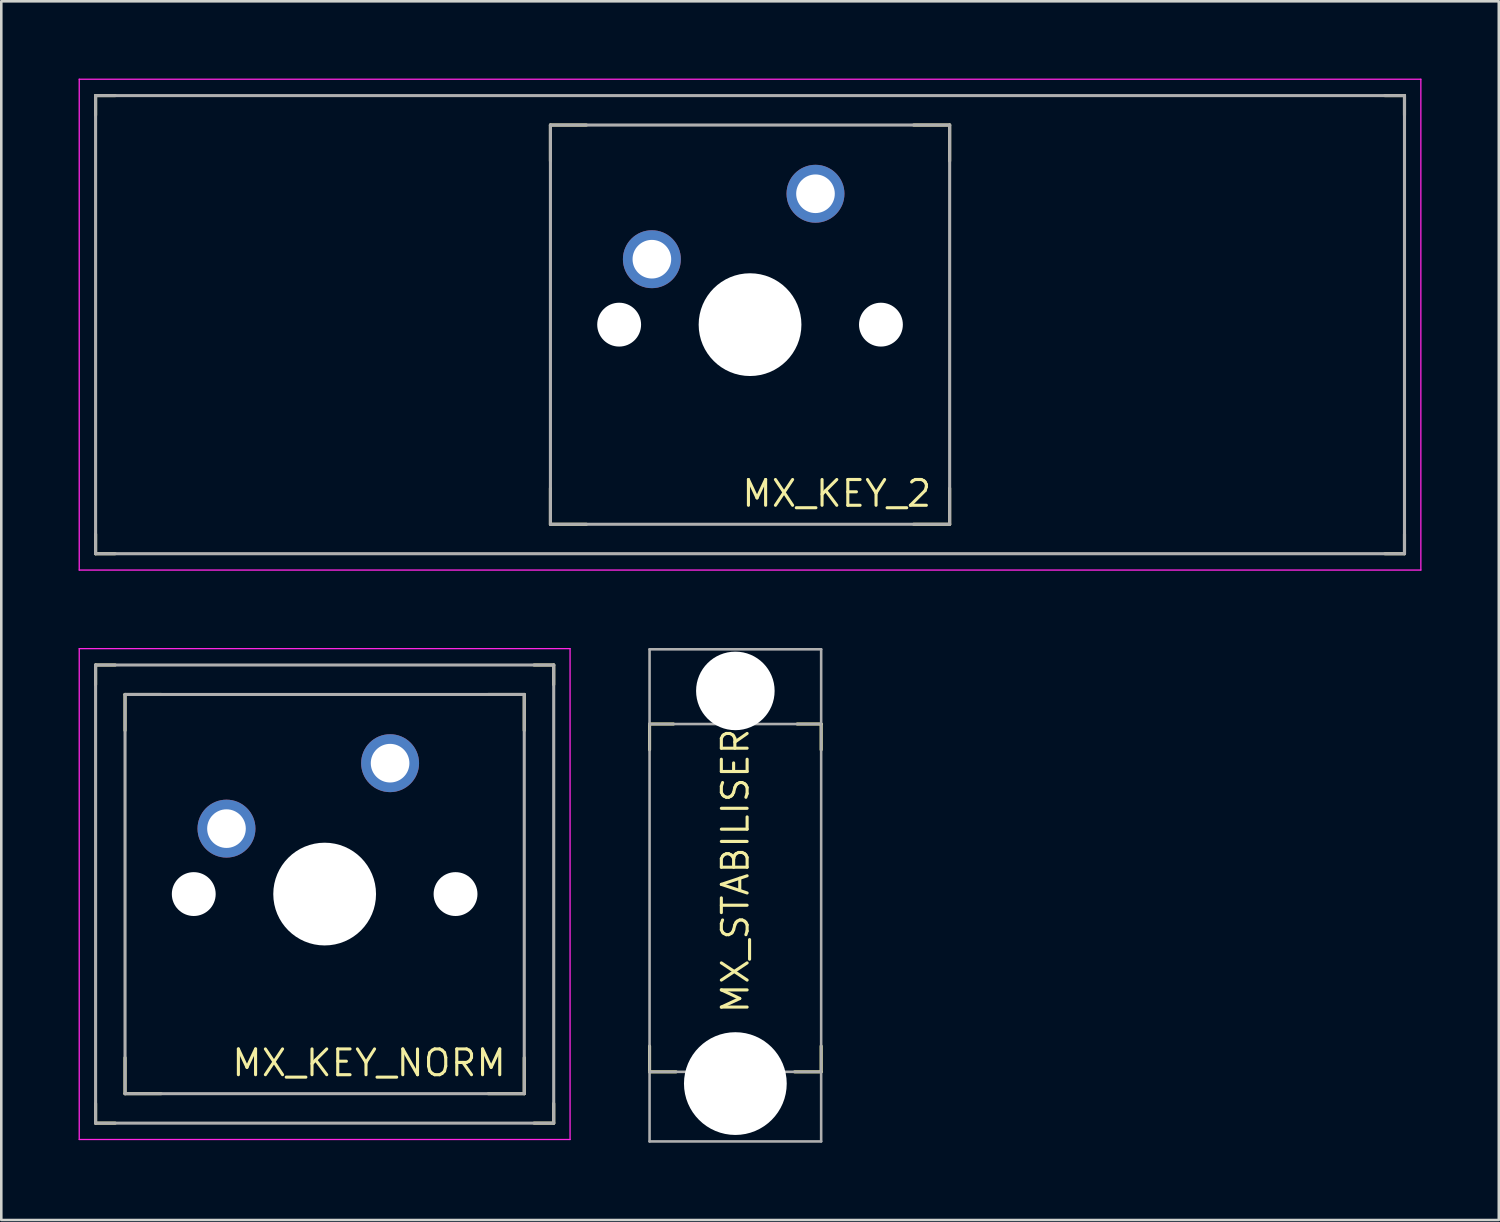
<source format=kicad_pcb>
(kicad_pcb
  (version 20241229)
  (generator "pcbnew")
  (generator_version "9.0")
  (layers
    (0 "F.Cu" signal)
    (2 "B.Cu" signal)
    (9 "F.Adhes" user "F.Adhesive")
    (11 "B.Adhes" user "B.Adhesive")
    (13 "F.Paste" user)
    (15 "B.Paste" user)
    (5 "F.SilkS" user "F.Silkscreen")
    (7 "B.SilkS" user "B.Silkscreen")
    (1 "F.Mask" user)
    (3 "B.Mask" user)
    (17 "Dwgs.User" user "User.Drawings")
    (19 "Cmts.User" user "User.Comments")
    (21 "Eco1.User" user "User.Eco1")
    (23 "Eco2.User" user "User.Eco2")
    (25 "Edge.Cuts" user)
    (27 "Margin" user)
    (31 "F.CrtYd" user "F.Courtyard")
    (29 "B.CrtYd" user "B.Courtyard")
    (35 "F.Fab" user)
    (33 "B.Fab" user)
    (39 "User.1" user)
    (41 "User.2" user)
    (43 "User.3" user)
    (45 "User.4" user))
  (footprint "MX_KEY_NORM"
    (layer "F.Cu")
    (at 9.55 31.65)
    (property "Reference" "MX_KEY_NORM" (at 7.112 5.969 0) (layer "F.SilkS") (effects (font (size 1 1) (thickness 0.12)) (justify right top)))
    (attr through_hole)
    (fp_line (start -8.89 -8.89) (end -8.89 -8.128) (stroke (width 0.12) (type solid)) (layer "F.SilkS"))
    (fp_line (start -8.89 8.128) (end -8.89 8.89) (stroke (width 0.12) (type solid)) (layer "F.SilkS"))
    (fp_line (start -8.89 8.89) (end -8.128 8.89) (stroke (width 0.12) (type solid)) (layer "F.SilkS"))
    (fp_line (start -8.128 -8.89) (end -8.89 -8.89) (stroke (width 0.12) (type solid)) (layer "F.SilkS"))
    (fp_line (start -7.747 -7.747) (end -7.747 -6.35) (stroke (width 0.12) (type solid)) (layer "F.SilkS"))
    (fp_line (start -7.747 6.35) (end -7.747 7.747) (stroke (width 0.12) (type solid)) (layer "F.SilkS"))
    (fp_line (start -7.747 7.747) (end -6.35 7.747) (stroke (width 0.12) (type solid)) (layer "F.SilkS"))
    (fp_line (start -6.35 -7.747) (end -7.747 -7.747) (stroke (width 0.12) (type solid)) (layer "F.SilkS"))
    (fp_line (start 6.35 -7.747) (end 7.747 -7.747) (stroke (width 0.12) (type solid)) (layer "F.SilkS"))
    (fp_line (start 6.35 7.747) (end 7.747 7.747) (stroke (width 0.12) (type solid)) (layer "F.SilkS"))
    (fp_line (start 7.747 -7.747) (end 7.747 -6.35) (stroke (width 0.12) (type solid)) (layer "F.SilkS"))
    (fp_line (start 7.747 7.747) (end 7.747 6.35) (stroke (width 0.12) (type solid)) (layer "F.SilkS"))
    (fp_line (start 8.128 -8.89) (end 8.89 -8.89) (stroke (width 0.12) (type solid)) (layer "F.SilkS"))
    (fp_line (start 8.89 -8.89) (end 8.89 -8.128) (stroke (width 0.12) (type solid)) (layer "F.SilkS"))
    (fp_line (start 8.89 8.128) (end 8.89 8.89) (stroke (width 0.12) (type solid)) (layer "F.SilkS"))
    (fp_line (start 8.89 8.89) (end 8.128 8.89) (stroke (width 0.12) (type solid)) (layer "F.SilkS"))
    (fp_line (start -9.525 -9.525) (end 9.525 -9.525) (stroke (width 0.05) (type solid)) (layer "F.CrtYd"))
    (fp_line (start -9.525 9.525) (end -9.525 -9.525) (stroke (width 0.05) (type solid)) (layer "F.CrtYd"))
    (fp_line (start 9.525 -9.525) (end 9.525 9.525) (stroke (width 0.05) (type solid)) (layer "F.CrtYd"))
    (fp_line (start 9.525 9.525) (end -9.525 9.525) (stroke (width 0.05) (type solid)) (layer "F.CrtYd"))
    (fp_line (start -8.89 -8.89) (end 8.89 -8.89) (stroke (width 0.12) (type solid)) (layer "F.Fab"))
    (fp_line (start -8.89 8.89) (end -8.89 -8.89) (stroke (width 0.12) (type solid)) (layer "F.Fab"))
    (fp_line (start -7.747 -7.747) (end -7.747 7.747) (stroke (width 0.12) (type solid)) (layer "F.Fab"))
    (fp_line (start -7.747 7.747) (end 7.747 7.747) (stroke (width 0.12) (type solid)) (layer "F.Fab"))
    (fp_line (start 7.747 -7.747) (end -7.747 -7.747) (stroke (width 0.12) (type solid)) (layer "F.Fab"))
    (fp_line (start 7.747 7.747) (end 7.747 -7.747) (stroke (width 0.12) (type solid)) (layer "F.Fab"))
    (fp_line (start 8.89 -8.89) (end 8.89 8.89) (stroke (width 0.12) (type solid)) (layer "F.Fab"))
    (fp_line (start 8.89 8.89) (end -8.89 8.89) (stroke (width 0.12) (type solid)) (layer "F.Fab"))
    (pad "" np_thru_hole circle (at -5.08 0) (size 1.702 1.702) (drill 1.702) (layers "*.Cu" "*.Mask"))
    (pad "" np_thru_hole circle (at 0 0) (size 3.988 3.988) (drill 3.988) (layers "*.Cu" "*.Mask"))
    (pad "" np_thru_hole circle (at 5.08 0) (size 1.702 1.702) (drill 1.702) (layers "*.Cu" "*.Mask"))
    (pad "1" thru_hole circle (at -3.81 -2.54) (size 2.248 2.248) (drill 1.499) (layers "*.Cu" "*.Mask"))
    (pad "2" thru_hole circle (at 2.54 -5.08) (size 2.248 2.248) (drill 1.499) (layers "*.Cu" "*.Mask")))
  (footprint "MX_STABILISER"
    (layer "F.Cu")
    (at 25.49 30.75)
    (property "Reference" "MX_STABILISER" (at 0 0 90) (layer "F.SilkS") (effects (font (size 1 1) (thickness 0.12))))
    (attr through_hole)
    (fp_line (start -3.33 -5.7) (end -3.33 -4.7) (stroke (width 0.12) (type solid)) (layer "F.SilkS"))
    (fp_line (start -3.33 6.8) (end -3.33 7.8) (stroke (width 0.12) (type solid)) (layer "F.SilkS"))
    (fp_line (start -3.33 7.8) (end -2.3 7.8) (stroke (width 0.12) (type solid)) (layer "F.SilkS"))
    (fp_line (start -2.4 -5.7) (end -3.33 -5.7) (stroke (width 0.12) (type solid)) (layer "F.SilkS"))
    (fp_line (start 2.4 -5.7) (end 3.33 -5.7) (stroke (width 0.12) (type solid)) (layer "F.SilkS"))
    (fp_line (start 3.33 -5.7) (end 3.33 -4.7) (stroke (width 0.12) (type solid)) (layer "F.SilkS"))
    (fp_line (start 3.33 6.8) (end 3.33 7.8) (stroke (width 0.12) (type solid)) (layer "F.SilkS"))
    (fp_line (start 3.33 7.8) (end 2.3 7.8) (stroke (width 0.12) (type solid)) (layer "F.SilkS"))
    (fp_line (start -3.33 -8.6) (end 3.33 -8.6) (stroke (width 0.1) (type solid)) (layer "F.Fab"))
    (fp_line (start -3.33 -5.7) (end 3.33 -5.7) (stroke (width 0.1) (type solid)) (layer "F.Fab"))
    (fp_line (start -3.33 7.8) (end 3.33 7.8) (stroke (width 0.1) (type solid)) (layer "F.Fab"))
    (fp_line (start -3.33 10.5) (end -3.33 -8.6) (stroke (width 0.1) (type solid)) (layer "F.Fab"))
    (fp_line (start 3.33 -8.6) (end 3.33 10.5) (stroke (width 0.1) (type solid)) (layer "F.Fab"))
    (fp_line (start 3.33 10.5) (end -3.33 10.5) (stroke (width 0.1) (type solid)) (layer "F.Fab"))
    (pad "" np_thru_hole circle (at 0 -6.985) (size 3.048 3.048) (drill 3.048) (layers "*.Cu" "*.Mask"))
    (pad "" np_thru_hole circle (at 0 8.255) (size 3.988 3.988) (drill 3.988) (layers "*.Cu" "*.Mask")))
  (footprint "MX_KEY_2"
    (layer "F.Cu")
    (at 26.06 9.55)
    (property "Reference" "MX_KEY_2" (at 7.112 5.969 0) (layer "F.SilkS") (effects (font (size 1 1) (thickness 0.12)) (justify right top)))
    (attr through_hole)
    (fp_line (start -25.4 -8.89) (end -24.638 -8.89) (stroke (width 0.12) (type solid)) (layer "F.SilkS"))
    (fp_line (start -25.4 -8.128) (end -25.4 -8.89) (stroke (width 0.12) (type solid)) (layer "F.SilkS"))
    (fp_line (start -25.4 8.128) (end -25.4 8.89) (stroke (width 0.12) (type solid)) (layer "F.SilkS"))
    (fp_line (start -25.4 8.89) (end -24.638 8.89) (stroke (width 0.12) (type solid)) (layer "F.SilkS"))
    (fp_line (start -7.747 -7.747) (end -7.747 -6.35) (stroke (width 0.12) (type solid)) (layer "F.SilkS"))
    (fp_line (start -7.747 6.35) (end -7.747 7.747) (stroke (width 0.12) (type solid)) (layer "F.SilkS"))
    (fp_line (start -7.747 7.747) (end -6.35 7.747) (stroke (width 0.12) (type solid)) (layer "F.SilkS"))
    (fp_line (start -6.35 -7.747) (end -7.747 -7.747) (stroke (width 0.12) (type solid)) (layer "F.SilkS"))
    (fp_line (start 6.35 -7.747) (end 7.747 -7.747) (stroke (width 0.12) (type solid)) (layer "F.SilkS"))
    (fp_line (start 6.35 7.747) (end 7.747 7.747) (stroke (width 0.12) (type solid)) (layer "F.SilkS"))
    (fp_line (start 7.747 -7.747) (end 7.747 -6.35) (stroke (width 0.12) (type solid)) (layer "F.SilkS"))
    (fp_line (start 7.747 7.747) (end 7.747 6.35) (stroke (width 0.12) (type solid)) (layer "F.SilkS"))
    (fp_line (start 24.638 8.89) (end 25.4 8.89) (stroke (width 0.12) (type solid)) (layer "F.SilkS"))
    (fp_line (start 25.4 -8.89) (end 24.638 -8.89) (stroke (width 0.12) (type solid)) (layer "F.SilkS"))
    (fp_line (start 25.4 -8.128) (end 25.4 -8.89) (stroke (width 0.12) (type solid)) (layer "F.SilkS"))
    (fp_line (start 25.4 8.89) (end 25.4 8.128) (stroke (width 0.12) (type solid)) (layer "F.SilkS"))
    (fp_line (start -26.035 -9.525) (end 26.035 -9.525) (stroke (width 0.05) (type solid)) (layer "F.CrtYd"))
    (fp_line (start -26.035 9.525) (end -26.035 -9.525) (stroke (width 0.05) (type solid)) (layer "F.CrtYd"))
    (fp_line (start 26.035 -9.525) (end 26.035 9.525) (stroke (width 0.05) (type solid)) (layer "F.CrtYd"))
    (fp_line (start 26.035 9.525) (end -26.035 9.525) (stroke (width 0.05) (type solid)) (layer "F.CrtYd"))
    (fp_line (start -25.4 -8.89) (end 25.4 -8.89) (stroke (width 0.12) (type solid)) (layer "F.Fab"))
    (fp_line (start -25.4 8.89) (end -25.4 -8.89) (stroke (width 0.12) (type solid)) (layer "F.Fab"))
    (fp_line (start -7.747 -7.747) (end -7.747 7.747) (stroke (width 0.12) (type solid)) (layer "F.Fab"))
    (fp_line (start -7.747 7.747) (end 7.747 7.747) (stroke (width 0.12) (type solid)) (layer "F.Fab"))
    (fp_line (start 7.747 -7.747) (end -7.747 -7.747) (stroke (width 0.12) (type solid)) (layer "F.Fab"))
    (fp_line (start 7.747 7.747) (end 7.747 -7.747) (stroke (width 0.12) (type solid)) (layer "F.Fab"))
    (fp_line (start 25.4 -8.89) (end 25.4 8.89) (stroke (width 0.12) (type solid)) (layer "F.Fab"))
    (fp_line (start 25.4 8.89) (end -25.4 8.89) (stroke (width 0.12) (type solid)) (layer "F.Fab"))
    (pad "" np_thru_hole circle (at -5.08 0) (size 1.702 1.702) (drill 1.702) (layers "*.Cu" "*.Mask"))
    (pad "" np_thru_hole circle (at 0 0) (size 3.988 3.988) (drill 3.988) (layers "*.Cu" "*.Mask"))
    (pad "" np_thru_hole circle (at 5.08 0) (size 1.702 1.702) (drill 1.702) (layers "*.Cu" "*.Mask"))
    (pad "1" thru_hole circle (at -3.81 -2.54) (size 2.248 2.248) (drill 1.499) (layers "*.Cu" "*.Mask"))
    (pad "2" thru_hole circle (at 2.54 -5.08) (size 2.248 2.248) (drill 1.499) (layers "*.Cu" "*.Mask")))
  (gr_rect
    (start -3 -3)
    (end 55.12 44.3)
    (stroke (width 0.1) (type default))
    (fill no)
    (layer "Edge.Cuts")))
</source>
